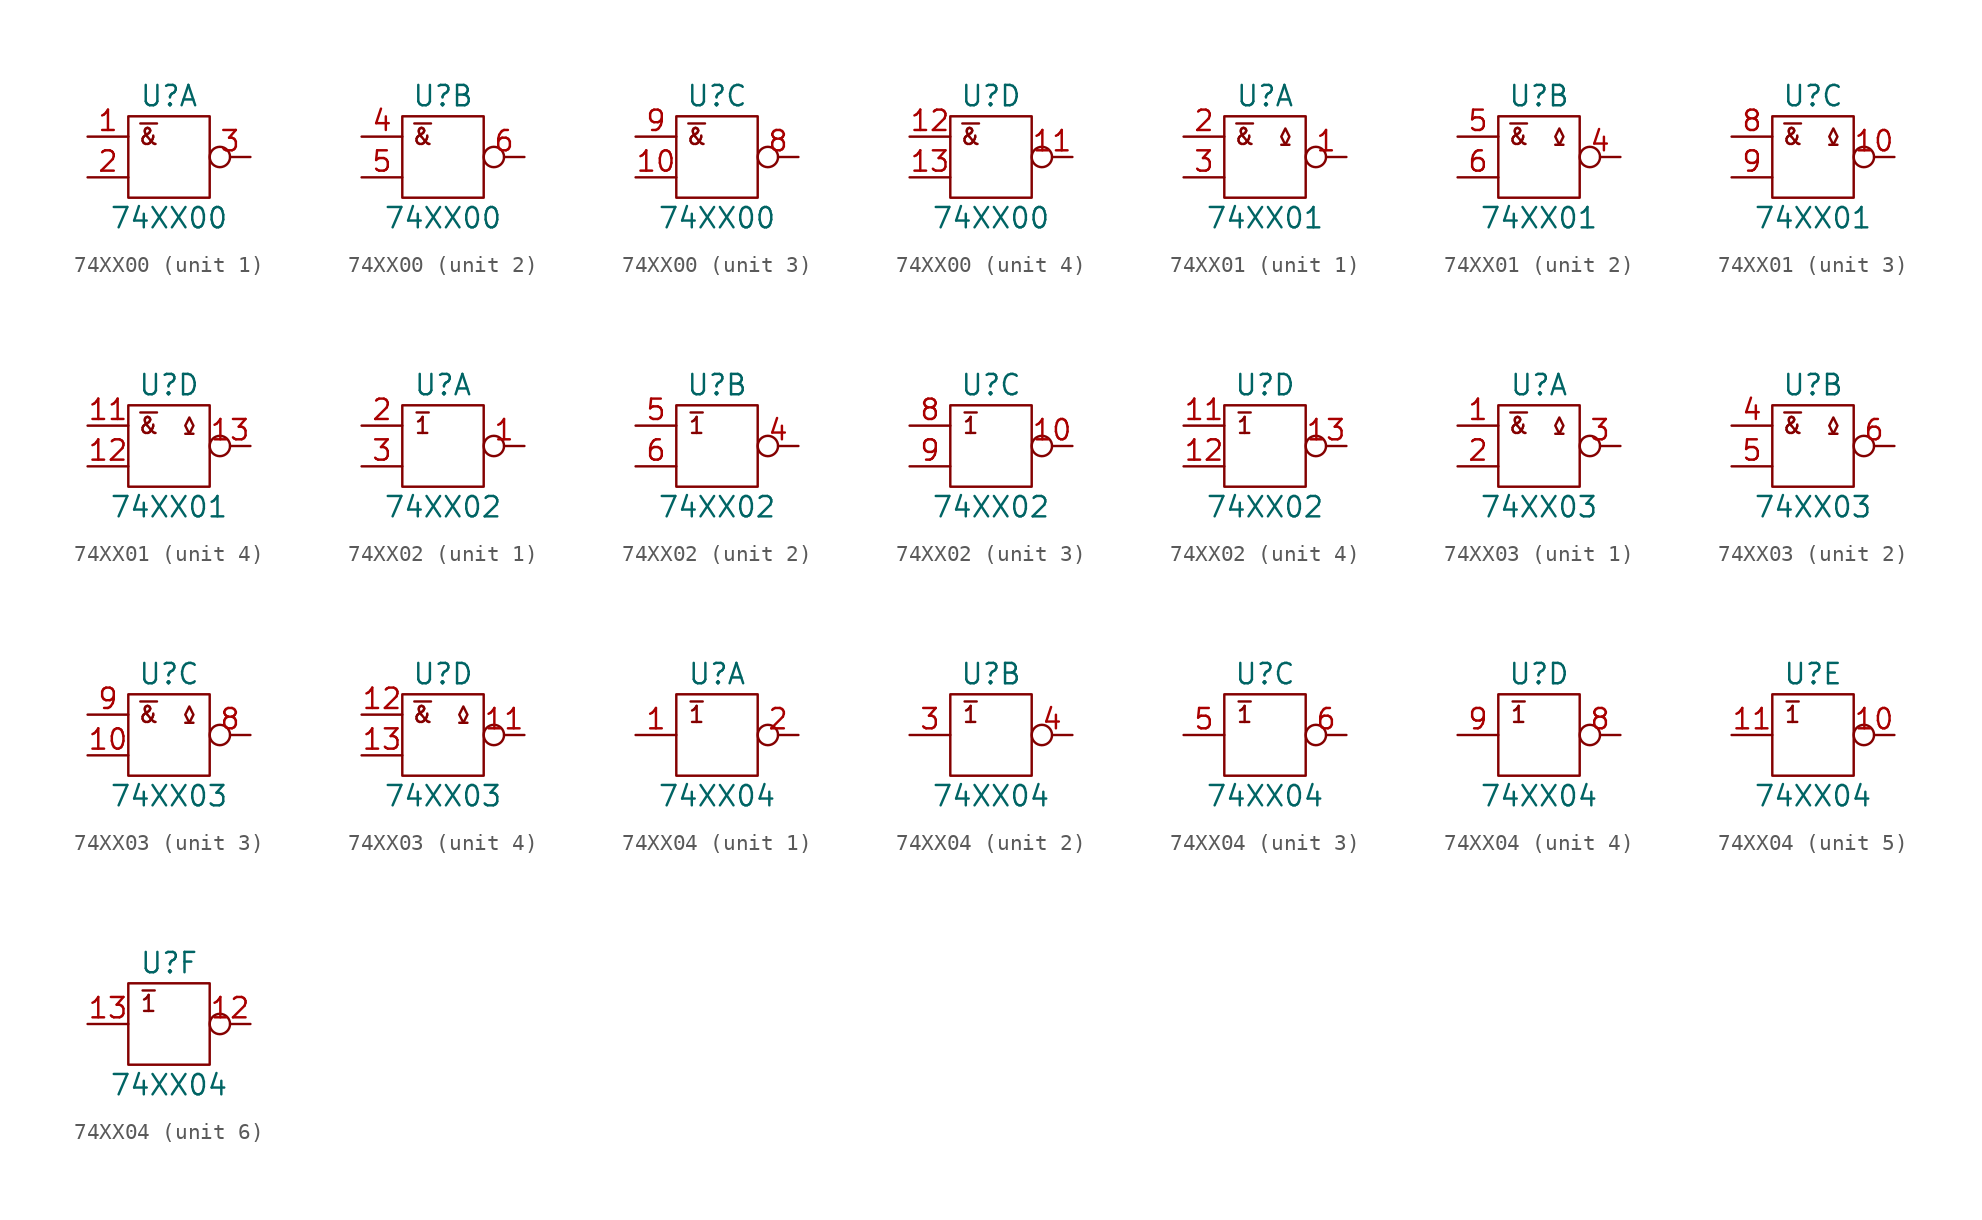
<source format=kicad_sym>
(kicad_symbol_lib
  (version 20211014)
  (generator kicad_symbol_editor)
  (symbol "74XX00"
    (pin_names
      (offset 1.016) hide)
    (property "Reference" "U"
      (at 0 3.81 0)
      (effects (font (size 1.27 1.27))))
    (property "Value" "74XX00"
      (at 0 -3.81 0)
      (effects (font (size 1.27 1.27))))
    (symbol "74XX00_0_0"
      (rectangle (start -2.54 -2.54) (end 2.54 2.54) (stroke (width 0) (type default) (color 0 0 0 0)) (fill (type none)))
      (text "~{&}" (at -1.27 1.27 0) (effects (font (size 1 1)))))
    (symbol "74XX00_0_1"
      (pin power_in line (at 2.54 2.54 180) (length 0) hide (name "VCC" (effects (font (size 1.27 1.27)))) (number "14" (effects (font (size 1.27 1.27)))))
      (pin power_in line (at 2.54 -2.54 180) (length 0) hide (name "GND" (effects (font (size 1.27 1.27)))) (number "7" (effects (font (size 1.27 1.27))))))
    (symbol "74XX00_1_1"
      (pin input line (at -5.08 1.27 0) (length 2.54) (name "A" (effects (font (size 1.27 1.27)))) (number "1" (effects (font (size 1.27 1.27)))))
      (pin input line (at -5.08 -1.27 0) (length 2.54) (name "B" (effects (font (size 1.27 1.27)))) (number "2" (effects (font (size 1.27 1.27)))))
      (pin output inverted (at 5.08 0 180) (length 2.54) (name "~{Y}" (effects (font (size 1.27 1.27)))) (number "3" (effects (font (size 1.27 1.27))))))
    (symbol "74XX00_2_1"
      (pin input line (at -5.08 1.27 0) (length 2.54) (name "A" (effects (font (size 1.27 1.27)))) (number "4" (effects (font (size 1.27 1.27)))))
      (pin input line (at -5.08 -1.27 0) (length 2.54) (name "B" (effects (font (size 1.27 1.27)))) (number "5" (effects (font (size 1.27 1.27)))))
      (pin output inverted (at 5.08 0 180) (length 2.54) (name "~{Y}" (effects (font (size 1.27 1.27)))) (number "6" (effects (font (size 1.27 1.27))))))
    (symbol "74XX00_3_1"
      (pin input line (at -5.08 -1.27 0) (length 2.54) (name "B" (effects (font (size 1.27 1.27)))) (number "10" (effects (font (size 1.27 1.27)))))
      (pin output inverted (at 5.08 0 180) (length 2.54) (name "~{Y}" (effects (font (size 1.27 1.27)))) (number "8" (effects (font (size 1.27 1.27)))))
      (pin input line (at -5.08 1.27 0) (length 2.54) (name "A" (effects (font (size 1.27 1.27)))) (number "9" (effects (font (size 1.27 1.27))))))
    (symbol "74XX00_4_1"
      (pin output inverted (at 5.08 0 180) (length 2.54) (name "~{Y}" (effects (font (size 1.27 1.27)))) (number "11" (effects (font (size 1.27 1.27)))))
      (pin input line (at -5.08 1.27 0) (length 2.54) (name "A" (effects (font (size 1.27 1.27)))) (number "12" (effects (font (size 1.27 1.27)))))
      (pin input line (at -5.08 -1.27 0) (length 2.54) (name "B" (effects (font (size 1.27 1.27)))) (number "13" (effects (font (size 1.27 1.27)))))))
  (symbol "74XX01"
    (pin_names
      (offset 1.016) hide)
    (property "Reference" "U"
      (at 0 3.81 0)
      (effects (font (size 1.27 1.27))))
    (property "Value" "74XX01"
      (at 0 -3.81 0)
      (effects (font (size 1.27 1.27))))
    (symbol "74XX01_0_0"
      (rectangle (start -2.54 2.54) (end 2.54 -2.54) (stroke (width 0) (type default) (color 0 0 0 0)) (fill (type none)))
      (text "~{&}" (at -1.27 1.27 0) (effects (font (size 1 1)))))
    (symbol "74XX01_0_1"
      (polyline (pts (xy 1.016 0.762) (xy 1.524 0.762)) (stroke (width 0) (type default) (color 0 0 0 0)) (fill (type none)))
      (polyline (pts (xy 1.27 1.778) (xy 1.016 1.27) (xy 1.27 0.762) (xy 1.524 1.27) (xy 1.27 1.778)) (stroke (width 0) (type default) (color 0 0 0 0)) (fill (type none)))
      (pin power_in line (at 2.54 1.27 180) (length 0) hide (name "VCC" (effects (font (size 1.27 1.27)))) (number "14" (effects (font (size 1.27 1.27)))))
      (pin power_in line (at 2.54 -1.27 180) (length 0) hide (name "GND" (effects (font (size 1.27 1.27)))) (number "7" (effects (font (size 1.27 1.27))))))
    (symbol "74XX01_1_1"
      (pin output inverted (at 5.08 0 180) (length 2.54) (name "~{Y}" (effects (font (size 1.27 1.27)))) (number "1" (effects (font (size 1.27 1.27)))))
      (pin input line (at -5.08 1.27 0) (length 2.54) (name "A" (effects (font (size 1.27 1.27)))) (number "2" (effects (font (size 1.27 1.27)))))
      (pin input line (at -5.08 -1.27 0) (length 2.54) (name "B" (effects (font (size 1.27 1.27)))) (number "3" (effects (font (size 1.27 1.27))))))
    (symbol "74XX01_2_1"
      (pin output inverted (at 5.08 0 180) (length 2.54) (name "~{Y}" (effects (font (size 1.27 1.27)))) (number "4" (effects (font (size 1.27 1.27)))))
      (pin input line (at -5.08 1.27 0) (length 2.54) (name "A" (effects (font (size 1.27 1.27)))) (number "5" (effects (font (size 1.27 1.27)))))
      (pin input line (at -5.08 -1.27 0) (length 2.54) (name "B" (effects (font (size 1.27 1.27)))) (number "6" (effects (font (size 1.27 1.27))))))
    (symbol "74XX01_3_1"
      (pin output inverted (at 5.08 0 180) (length 2.54) (name "~{Y}" (effects (font (size 1.27 1.27)))) (number "10" (effects (font (size 1.27 1.27)))))
      (pin input line (at -5.08 1.27 0) (length 2.54) (name "A" (effects (font (size 1.27 1.27)))) (number "8" (effects (font (size 1.27 1.27)))))
      (pin input line (at -5.08 -1.27 0) (length 2.54) (name "B" (effects (font (size 1.27 1.27)))) (number "9" (effects (font (size 1.27 1.27))))))
    (symbol "74XX01_4_1"
      (pin input line (at -5.08 1.27 0) (length 2.54) (name "A" (effects (font (size 1.27 1.27)))) (number "11" (effects (font (size 1.27 1.27)))))
      (pin input line (at -5.08 -1.27 0) (length 2.54) (name "B" (effects (font (size 1.27 1.27)))) (number "12" (effects (font (size 1.27 1.27)))))
      (pin output inverted (at 5.08 0 180) (length 2.54) (name "~{Y}" (effects (font (size 1.27 1.27)))) (number "13" (effects (font (size 1.27 1.27)))))))
  (symbol "74XX02"
    (pin_names
      (offset 1.016) hide)
    (property "Reference" "U"
      (at 0 3.81 0)
      (effects (font (size 1.27 1.27))))
    (property "Value" "74XX02"
      (at 0 -3.81 0)
      (effects (font (size 1.27 1.27))))
    (symbol "74XX02_0_0"
      (rectangle (start -2.54 -2.54) (end 2.54 2.54) (stroke (width 0) (type default) (color 0 0 0 0)) (fill (type none)))
      (text "~{1}" (at -1.27 1.27 0) (effects (font (size 1 1)))))
    (symbol "74XX02_0_1"
      (pin power_in line (at 2.54 2.54 180) (length 0) hide (name "VCC" (effects (font (size 1.27 1.27)))) (number "14" (effects (font (size 1.27 1.27)))))
      (pin power_in line (at 2.54 -2.54 180) (length 0) hide (name "GND" (effects (font (size 1.27 1.27)))) (number "7" (effects (font (size 1.27 1.27))))))
    (symbol "74XX02_1_1"
      (pin output inverted (at 5.08 0 180) (length 2.54) (name "~{Y}" (effects (font (size 1.27 1.27)))) (number "1" (effects (font (size 1.27 1.27)))))
      (pin input line (at -5.08 1.27 0) (length 2.54) (name "A" (effects (font (size 1.27 1.27)))) (number "2" (effects (font (size 1.27 1.27)))))
      (pin input line (at -5.08 -1.27 0) (length 2.54) (name "B" (effects (font (size 1.27 1.27)))) (number "3" (effects (font (size 1.27 1.27))))))
    (symbol "74XX02_2_1"
      (pin output inverted (at 5.08 0 180) (length 2.54) (name "~{Y}" (effects (font (size 1.27 1.27)))) (number "4" (effects (font (size 1.27 1.27)))))
      (pin input line (at -5.08 1.27 0) (length 2.54) (name "A" (effects (font (size 1.27 1.27)))) (number "5" (effects (font (size 1.27 1.27)))))
      (pin input line (at -5.08 -1.27 0) (length 2.54) (name "B" (effects (font (size 1.27 1.27)))) (number "6" (effects (font (size 1.27 1.27))))))
    (symbol "74XX02_3_1"
      (pin output inverted (at 5.08 0 180) (length 2.54) (name "~{Y}" (effects (font (size 1.27 1.27)))) (number "10" (effects (font (size 1.27 1.27)))))
      (pin input line (at -5.08 1.27 0) (length 2.54) (name "A" (effects (font (size 1.27 1.27)))) (number "8" (effects (font (size 1.27 1.27)))))
      (pin input line (at -5.08 -1.27 0) (length 2.54) (name "B" (effects (font (size 1.27 1.27)))) (number "9" (effects (font (size 1.27 1.27))))))
    (symbol "74XX02_4_1"
      (pin input line (at -5.08 1.27 0) (length 2.54) (name "A" (effects (font (size 1.27 1.27)))) (number "11" (effects (font (size 1.27 1.27)))))
      (pin input line (at -5.08 -1.27 0) (length 2.54) (name "B" (effects (font (size 1.27 1.27)))) (number "12" (effects (font (size 1.27 1.27)))))
      (pin output inverted (at 5.08 0 180) (length 2.54) (name "~{Y}" (effects (font (size 1.27 1.27)))) (number "13" (effects (font (size 1.27 1.27)))))))
  (symbol "74XX03"
    (pin_names
      (offset 1.016) hide)
    (property "Reference" "U"
      (at 0 3.81 0)
      (effects (font (size 1.27 1.27))))
    (property "Value" "74XX03"
      (at 0 -3.81 0)
      (effects (font (size 1.27 1.27))))
    (symbol "74XX03_0_0"
      (rectangle (start -2.54 2.54) (end 2.54 -2.54) (stroke (width 0) (type default) (color 0 0 0 0)) (fill (type none)))
      (text "~{&}" (at -1.27 1.27 0) (effects (font (size 1 1)))))
    (symbol "74XX03_0_1"
      (polyline (pts (xy 1.016 0.762) (xy 1.524 0.762)) (stroke (width 0) (type default) (color 0 0 0 0)) (fill (type none)))
      (polyline (pts (xy 1.27 1.778) (xy 1.016 1.27) (xy 1.27 0.762) (xy 1.524 1.27) (xy 1.27 1.778)) (stroke (width 0) (type default) (color 0 0 0 0)) (fill (type none)))
      (pin power_in line (at 2.54 2.54 180) (length 0) hide (name "VCC" (effects (font (size 1.27 1.27)))) (number "14" (effects (font (size 1.27 1.27)))))
      (pin power_in line (at 2.54 -2.54 180) (length 0) hide (name "GND" (effects (font (size 1.27 1.27)))) (number "7" (effects (font (size 1.27 1.27))))))
    (symbol "74XX03_1_1"
      (pin input line (at -5.08 1.27 0) (length 2.54) (name "A" (effects (font (size 1.27 1.27)))) (number "1" (effects (font (size 1.27 1.27)))))
      (pin input line (at -5.08 -1.27 0) (length 2.54) (name "B" (effects (font (size 1.27 1.27)))) (number "2" (effects (font (size 1.27 1.27)))))
      (pin output inverted (at 5.08 0 180) (length 2.54) (name "~{Y}" (effects (font (size 1.27 1.27)))) (number "3" (effects (font (size 1.27 1.27))))))
    (symbol "74XX03_2_1"
      (pin input line (at -5.08 1.27 0) (length 2.54) (name "A" (effects (font (size 1.27 1.27)))) (number "4" (effects (font (size 1.27 1.27)))))
      (pin input line (at -5.08 -1.27 0) (length 2.54) (name "B" (effects (font (size 1.27 1.27)))) (number "5" (effects (font (size 1.27 1.27)))))
      (pin output inverted (at 5.08 0 180) (length 2.54) (name "~{Y}" (effects (font (size 1.27 1.27)))) (number "6" (effects (font (size 1.27 1.27))))))
    (symbol "74XX03_3_1"
      (pin input line (at -5.08 -1.27 0) (length 2.54) (name "B" (effects (font (size 1.27 1.27)))) (number "10" (effects (font (size 1.27 1.27)))))
      (pin output inverted (at 5.08 0 180) (length 2.54) (name "~{Y}" (effects (font (size 1.27 1.27)))) (number "8" (effects (font (size 1.27 1.27)))))
      (pin input line (at -5.08 1.27 0) (length 2.54) (name "A" (effects (font (size 1.27 1.27)))) (number "9" (effects (font (size 1.27 1.27))))))
    (symbol "74XX03_4_1"
      (pin output inverted (at 5.08 0 180) (length 2.54) (name "~{Y}" (effects (font (size 1.27 1.27)))) (number "11" (effects (font (size 1.27 1.27)))))
      (pin input line (at -5.08 1.27 0) (length 2.54) (name "A" (effects (font (size 1.27 1.27)))) (number "12" (effects (font (size 1.27 1.27)))))
      (pin input line (at -5.08 -1.27 0) (length 2.54) (name "B" (effects (font (size 1.27 1.27)))) (number "13" (effects (font (size 1.27 1.27)))))))
  (symbol "74XX04"
    (pin_names
      (offset 1.016) hide)
    (property "Reference" "U"
      (at 0 3.81 0)
      (effects (font (size 1.27 1.27))))
    (property "Value" "74XX04"
      (at 0 -3.81 0)
      (effects (font (size 1.27 1.27))))
    (symbol "74XX04_0_0"
      (rectangle (start -2.54 -2.54) (end 2.54 2.54) (stroke (width 0) (type default) (color 0 0 0 0)) (fill (type none)))
      (text "~{1}" (at -1.27 1.27 0) (effects (font (size 1 1)))))
    (symbol "74XX04_0_1"
      (pin power_in line (at 2.54 2.54 180) (length 0) hide (name "VCC" (effects (font (size 1.27 1.27)))) (number "14" (effects (font (size 1.27 1.27)))))
      (pin power_in line (at 2.54 -2.54 180) (length 0) hide (name "GND" (effects (font (size 1.27 1.27)))) (number "7" (effects (font (size 1.27 1.27))))))
    (symbol "74XX04_1_1"
      (pin input line (at -5.08 0 0) (length 2.54) (name "A" (effects (font (size 1.27 1.27)))) (number "1" (effects (font (size 1.27 1.27)))))
      (pin output inverted (at 5.08 0 180) (length 2.54) (name "~{Y}" (effects (font (size 1.27 1.27)))) (number "2" (effects (font (size 1.27 1.27))))))
    (symbol "74XX04_2_1"
      (pin input line (at -5.08 0 0) (length 2.54) (name "A" (effects (font (size 1.27 1.27)))) (number "3" (effects (font (size 1.27 1.27)))))
      (pin output inverted (at 5.08 0 180) (length 2.54) (name "~{Y}" (effects (font (size 1.27 1.27)))) (number "4" (effects (font (size 1.27 1.27))))))
    (symbol "74XX04_3_1"
      (pin input line (at -5.08 0 0) (length 2.54) (name "A" (effects (font (size 1.27 1.27)))) (number "5" (effects (font (size 1.27 1.27)))))
      (pin output inverted (at 5.08 0 180) (length 2.54) (name "~{Y}" (effects (font (size 1.27 1.27)))) (number "6" (effects (font (size 1.27 1.27))))))
    (symbol "74XX04_4_1"
      (pin output inverted (at 5.08 0 180) (length 2.54) (name "~{Y}" (effects (font (size 1.27 1.27)))) (number "8" (effects (font (size 1.27 1.27)))))
      (pin input line (at -5.08 0 0) (length 2.54) (name "A" (effects (font (size 1.27 1.27)))) (number "9" (effects (font (size 1.27 1.27))))))
    (symbol "74XX04_5_1"
      (pin output inverted (at 5.08 0 180) (length 2.54) (name "~{Y}" (effects (font (size 1.27 1.27)))) (number "10" (effects (font (size 1.27 1.27)))))
      (pin input line (at -5.08 0 0) (length 2.54) (name "A" (effects (font (size 1.27 1.27)))) (number "11" (effects (font (size 1.27 1.27))))))
    (symbol "74XX04_6_1"
      (pin output inverted (at 5.08 0 180) (length 2.54) (name "~{Y}" (effects (font (size 1.27 1.27)))) (number "12" (effects (font (size 1.27 1.27)))))
      (pin input line (at -5.08 0 0) (length 2.54) (name "A" (effects (font (size 1.27 1.27)))) (number "13" (effects (font (size 1.27 1.27))))))))
</source>
